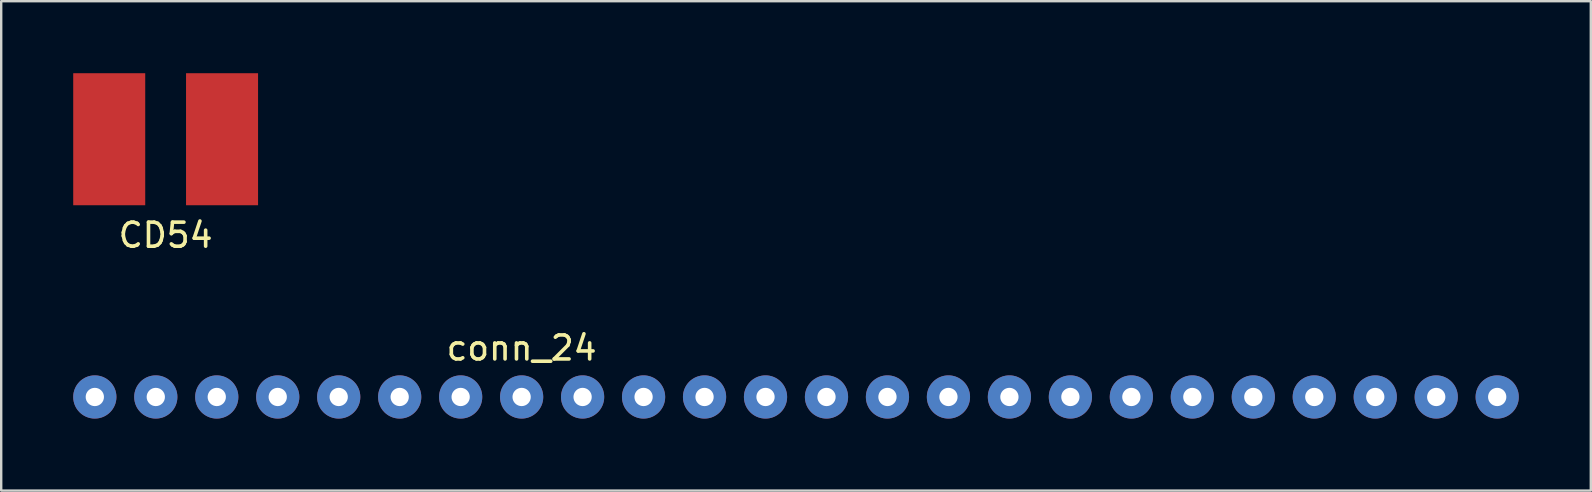
<source format=kicad_pcb>
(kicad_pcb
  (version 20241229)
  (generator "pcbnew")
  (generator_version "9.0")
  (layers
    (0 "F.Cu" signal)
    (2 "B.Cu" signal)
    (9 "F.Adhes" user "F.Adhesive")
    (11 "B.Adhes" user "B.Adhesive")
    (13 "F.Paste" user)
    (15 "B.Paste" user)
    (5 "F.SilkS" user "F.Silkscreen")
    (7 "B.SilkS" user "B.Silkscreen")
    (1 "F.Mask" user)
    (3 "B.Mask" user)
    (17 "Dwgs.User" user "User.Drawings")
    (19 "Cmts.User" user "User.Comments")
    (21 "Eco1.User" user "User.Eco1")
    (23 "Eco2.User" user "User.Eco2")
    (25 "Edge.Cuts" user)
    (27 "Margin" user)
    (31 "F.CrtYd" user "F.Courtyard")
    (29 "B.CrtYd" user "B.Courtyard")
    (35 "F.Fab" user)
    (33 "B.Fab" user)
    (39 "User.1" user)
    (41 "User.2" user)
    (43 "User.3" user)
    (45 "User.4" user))
  (footprint "CD54"
    (layer "F.Cu")
    (at 3.85 2.75)
    (property "Reference" "CD54" (at 0 4 0) (layer "F.SilkS") (effects (font (size 1 1) (thickness 0.15))))
    (attr through_hole)
    (pad "1" smd rect (at 2.35 0) (size 3 5.5) (layers "F.Cu" "F.Mask" "F.Paste"))
    (pad "2" smd rect (at -2.35 0) (size 3 5.5) (layers "F.Cu" "F.Mask" "F.Paste")))
  (footprint "conn_24"
    (layer "F.Cu")
    (at 18.68 10.947)
    (property "Reference" "conn_24" (at 0 0.5 0) (layer "F.SilkS") (effects (font (size 1 1) (thickness 0.15))))
    (attr through_hole)
    (pad "1" thru_hole circle (at -17.78 2.54) (size 1.8 1.8) (drill 0.762) (layers "*.Cu" "*.Mask"))
    (pad "2" thru_hole circle (at -15.24 2.54) (size 1.8 1.8) (drill 0.762) (layers "*.Cu" "*.Mask"))
    (pad "3" thru_hole circle (at -12.7 2.54) (size 1.8 1.8) (drill 0.762) (layers "*.Cu" "*.Mask"))
    (pad "4" thru_hole circle (at -10.16 2.54) (size 1.8 1.8) (drill 0.762) (layers "*.Cu" "*.Mask"))
    (pad "5" thru_hole circle (at -7.62 2.54) (size 1.8 1.8) (drill 0.762) (layers "*.Cu" "*.Mask"))
    (pad "6" thru_hole circle (at -5.08 2.54) (size 1.8 1.8) (drill 0.762) (layers "*.Cu" "*.Mask"))
    (pad "7" thru_hole circle (at -2.54 2.54) (size 1.8 1.8) (drill 0.762) (layers "*.Cu" "*.Mask"))
    (pad "8" thru_hole circle (at 0 2.54) (size 1.8 1.8) (drill 0.762) (layers "*.Cu" "*.Mask"))
    (pad "9" thru_hole circle (at 2.54 2.54) (size 1.8 1.8) (drill 0.762) (layers "*.Cu" "*.Mask"))
    (pad "10" thru_hole circle (at 5.08 2.54) (size 1.8 1.8) (drill 0.762) (layers "*.Cu" "*.Mask"))
    (pad "11" thru_hole circle (at 7.62 2.54) (size 1.8 1.8) (drill 0.762) (layers "*.Cu" "*.Mask"))
    (pad "12" thru_hole circle (at 10.16 2.54) (size 1.8 1.8) (drill 0.762) (layers "*.Cu" "*.Mask"))
    (pad "13" thru_hole circle (at 12.7 2.54) (size 1.8 1.8) (drill 0.762) (layers "*.Cu" "*.Mask"))
    (pad "14" thru_hole circle (at 15.24 2.54) (size 1.8 1.8) (drill 0.762) (layers "*.Cu" "*.Mask"))
    (pad "15" thru_hole circle (at 17.78 2.54) (size 1.8 1.8) (drill 0.762) (layers "*.Cu" "*.Mask"))
    (pad "16" thru_hole circle (at 20.32 2.54) (size 1.8 1.8) (drill 0.762) (layers "*.Cu" "*.Mask"))
    (pad "17" thru_hole circle (at 22.86 2.54) (size 1.8 1.8) (drill 0.762) (layers "*.Cu" "*.Mask"))
    (pad "18" thru_hole circle (at 25.4 2.54) (size 1.8 1.8) (drill 0.762) (layers "*.Cu" "*.Mask"))
    (pad "19" thru_hole circle (at 27.94 2.54) (size 1.8 1.8) (drill 0.762) (layers "*.Cu" "*.Mask"))
    (pad "20" thru_hole circle (at 30.48 2.54) (size 1.8 1.8) (drill 0.762) (layers "*.Cu" "*.Mask"))
    (pad "21" thru_hole circle (at 33.02 2.54) (size 1.8 1.8) (drill 0.762) (layers "*.Cu" "*.Mask"))
    (pad "22" thru_hole circle (at 35.56 2.54) (size 1.8 1.8) (drill 0.762) (layers "*.Cu" "*.Mask"))
    (pad "23" thru_hole circle (at 38.1 2.54) (size 1.8 1.8) (drill 0.762) (layers "*.Cu" "*.Mask"))
    (pad "24" thru_hole circle (at 40.64 2.54) (size 1.8 1.8) (drill 0.762) (layers "*.Cu" "*.Mask")))
  (gr_rect
    (start -3 -3)
    (end 63.22 17.387)
    (stroke (width 0.1) (type default))
    (fill no)
    (layer "Edge.Cuts")))
</source>
